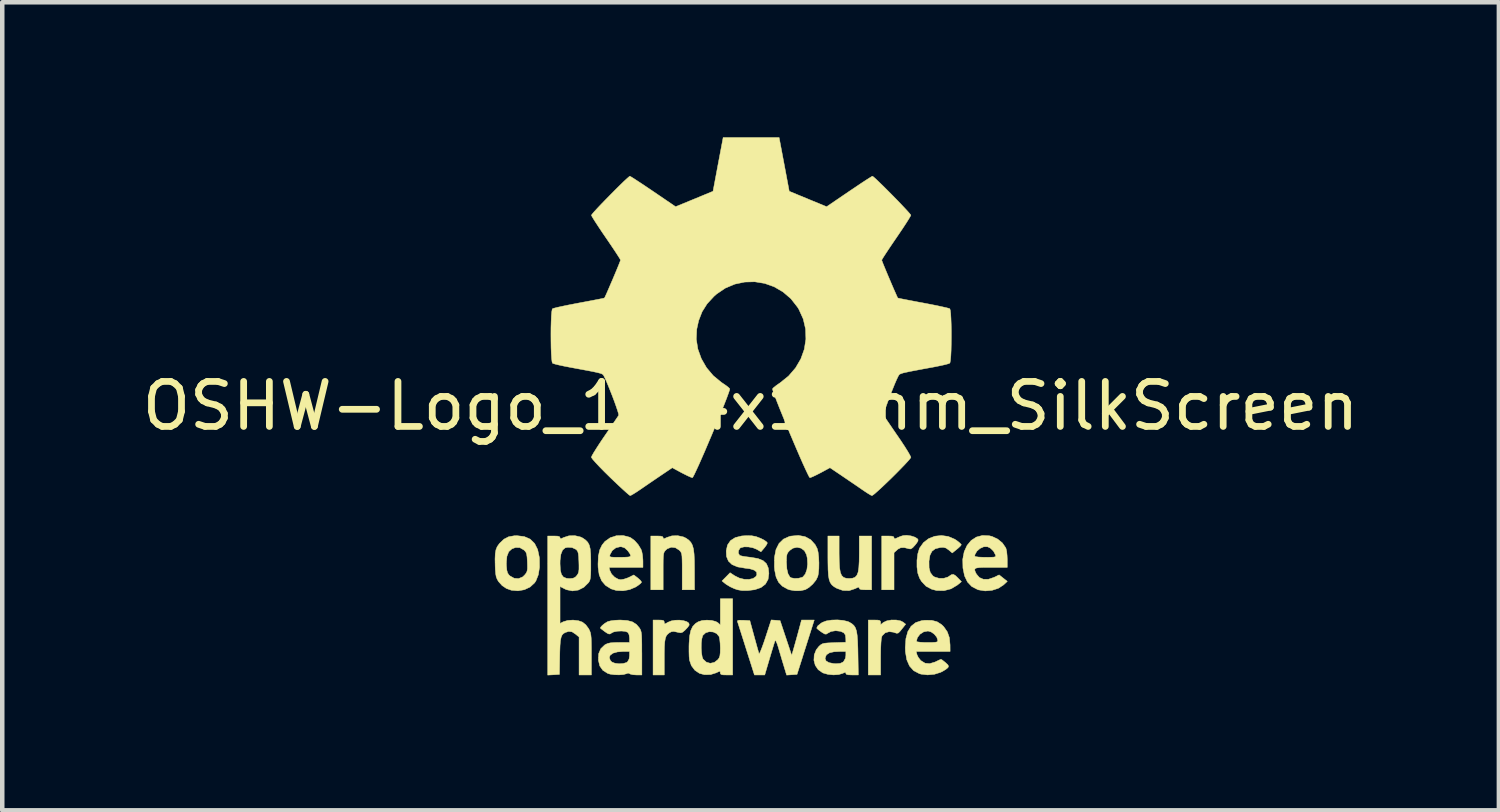
<source format=kicad_pcb>
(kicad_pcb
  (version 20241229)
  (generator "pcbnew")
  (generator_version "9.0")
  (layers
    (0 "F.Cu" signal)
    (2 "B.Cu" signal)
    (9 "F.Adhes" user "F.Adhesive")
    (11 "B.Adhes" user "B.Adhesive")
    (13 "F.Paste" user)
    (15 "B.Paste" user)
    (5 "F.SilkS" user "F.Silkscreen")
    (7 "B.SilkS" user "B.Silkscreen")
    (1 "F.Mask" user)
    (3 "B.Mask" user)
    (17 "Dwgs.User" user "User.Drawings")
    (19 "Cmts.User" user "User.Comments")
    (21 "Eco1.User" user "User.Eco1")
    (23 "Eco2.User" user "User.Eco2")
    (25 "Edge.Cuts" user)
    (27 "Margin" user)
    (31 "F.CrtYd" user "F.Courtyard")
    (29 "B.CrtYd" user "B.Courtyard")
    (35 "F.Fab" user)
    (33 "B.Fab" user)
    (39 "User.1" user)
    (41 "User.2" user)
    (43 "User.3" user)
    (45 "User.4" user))
  (footprint "OSHW-Logo_11.4x12mm_SilkScreen"
    (layer "F.Cu")
    (at 13.625 5.969)
    (property "Reference" "OSHW-Logo_11.4x12mm_SilkScreen" (at 0 0 0) (layer "F.SilkS") (effects (font (size 1 1) (thickness 0.15))))
    (attr board_only exclude_from_pos_files exclude_from_bom allow_missing_courtyard)
    (fp_poly (pts (xy 3.564 2.887) (xy 3.649 2.914) (xy 3.704 2.947) (xy 3.722 2.973) (xy 3.717 3.004) (xy 3.685 3.053) (xy 3.658 3.087) (xy 3.602 3.149) (xy 3.56 3.176) (xy 3.524 3.174) (xy 3.418 3.147) (xy 3.34 3.148) (xy 3.277 3.179) (xy 3.256 3.197) (xy 3.187 3.26) (xy 3.187 4.084) (xy 2.914 4.084) (xy 2.914 2.889) (xy 3.05 2.889) (xy 3.133 2.892) (xy 3.175 2.903) (xy 3.187 2.926) (xy 3.187 2.927) (xy 3.193 2.95) (xy 3.22 2.947) (xy 3.256 2.93) (xy 3.331 2.898) (xy 3.392 2.879) (xy 3.471 2.874) (xy 3.564 2.887)) (stroke (width 0.01) (type solid)) (fill yes) (layer "F.SilkS"))
    (fp_poly (pts (xy 3.238 4.756) (xy 3.334 4.775) (xy 3.389 4.803) (xy 3.446 4.849) (xy 3.364 4.952) (xy 3.314 5.014) (xy 3.28 5.045) (xy 3.246 5.05) (xy 3.196 5.035) (xy 3.173 5.026) (xy 3.078 5.014) (xy 2.991 5.04) (xy 2.927 5.101) (xy 2.917 5.12) (xy 2.905 5.171) (xy 2.897 5.266) (xy 2.891 5.396) (xy 2.889 5.556) (xy 2.889 5.579) (xy 2.889 5.976) (xy 2.615 5.976) (xy 2.615 4.756) (xy 2.752 4.756) (xy 2.831 4.758) (xy 2.872 4.768) (xy 2.887 4.788) (xy 2.889 4.808) (xy 2.889 4.859) (xy 2.954 4.808) (xy 3.029 4.773) (xy 3.131 4.755) (xy 3.238 4.756)) (stroke (width 0.01) (type solid)) (fill yes) (layer "F.SilkS"))
    (fp_poly (pts (xy -1.967 4.759) (xy -1.93 4.77) (xy -1.918 4.795) (xy -1.917 4.806) (xy -1.915 4.837) (xy -1.9 4.841) (xy -1.86 4.82) (xy -1.837 4.806) (xy -1.761 4.775) (xy -1.672 4.76) (xy -1.577 4.758) (xy -1.489 4.77) (xy -1.417 4.792) (xy -1.372 4.824) (xy -1.363 4.865) (xy -1.367 4.875) (xy -1.4 4.921) (xy -1.452 4.976) (xy -1.461 4.985) (xy -1.51 5.026) (xy -1.552 5.04) (xy -1.611 5.03) (xy -1.635 5.024) (xy -1.708 5.009) (xy -1.76 5.016) (xy -1.804 5.039) (xy -1.844 5.071) (xy -1.874 5.111) (xy -1.894 5.166) (xy -1.907 5.245) (xy -1.914 5.355) (xy -1.917 5.503) (xy -1.917 5.592) (xy -1.917 5.976) (xy -2.166 5.976) (xy -2.166 4.756) (xy -2.042 4.756) (xy -1.967 4.759)) (stroke (width 0.01) (type solid)) (fill yes) (layer "F.SilkS"))
    (fp_poly (pts (xy 1.967 3.276) (xy 1.97 3.459) (xy 1.978 3.598) (xy 1.995 3.698) (xy 2.023 3.766) (xy 2.065 3.808) (xy 2.121 3.828) (xy 2.191 3.833) (xy 2.265 3.827) (xy 2.321 3.806) (xy 2.361 3.763) (xy 2.389 3.694) (xy 2.405 3.591) (xy 2.413 3.451) (xy 2.415 3.276) (xy 2.415 2.889) (xy 2.689 2.889) (xy 2.689 4.084) (xy 2.552 4.084) (xy 2.47 4.081) (xy 2.427 4.069) (xy 2.415 4.047) (xy 2.408 4.027) (xy 2.38 4.031) (xy 2.322 4.059) (xy 2.191 4.102) (xy 2.051 4.099) (xy 1.918 4.052) (xy 1.854 4.015) (xy 1.806 3.975) (xy 1.77 3.924) (xy 1.746 3.857) (xy 1.73 3.765) (xy 1.722 3.642) (xy 1.719 3.481) (xy 1.718 3.356) (xy 1.718 2.889) (xy 1.967 2.889) (xy 1.967 3.276)) (stroke (width 0.01) (type solid)) (fill yes) (layer "F.SilkS"))
    (fp_poly (pts (xy -1.493 2.909) (xy -1.431 2.939) (xy -1.371 2.982) (xy -1.326 3.031) (xy -1.292 3.094) (xy -1.269 3.177) (xy -1.255 3.288) (xy -1.248 3.434) (xy -1.246 3.622) (xy -1.246 3.642) (xy -1.245 4.084) (xy -1.519 4.084) (xy -1.519 3.676) (xy -1.519 3.525) (xy -1.521 3.416) (xy -1.524 3.34) (xy -1.531 3.289) (xy -1.543 3.255) (xy -1.56 3.229) (xy -1.585 3.203) (xy -1.67 3.149) (xy -1.762 3.138) (xy -1.851 3.173) (xy -1.881 3.199) (xy -1.904 3.223) (xy -1.92 3.249) (xy -1.931 3.285) (xy -1.937 3.339) (xy -1.941 3.418) (xy -1.942 3.533) (xy -1.942 3.672) (xy -1.942 4.084) (xy -2.216 4.084) (xy -2.216 2.889) (xy -2.079 2.889) (xy -1.997 2.892) (xy -1.955 2.903) (xy -1.942 2.926) (xy -1.942 2.927) (xy -1.937 2.949) (xy -1.911 2.946) (xy -1.861 2.922) (xy -1.748 2.886) (xy -1.618 2.882) (xy -1.493 2.909)) (stroke (width 0.01) (type solid)) (fill yes) (layer "F.SilkS"))
    (fp_poly (pts (xy 4.391 2.899) (xy 4.535 2.96) (xy 4.581 2.99) (xy 4.639 3.036) (xy 4.675 3.072) (xy 4.682 3.084) (xy 4.664 3.11) (xy 4.618 3.154) (xy 4.581 3.185) (xy 4.481 3.266) (xy 4.402 3.199) (xy 4.341 3.156) (xy 4.281 3.141) (xy 4.213 3.145) (xy 4.104 3.172) (xy 4.03 3.228) (xy 3.985 3.318) (xy 3.964 3.448) (xy 3.964 3.449) (xy 3.966 3.594) (xy 3.993 3.701) (xy 4.049 3.774) (xy 4.086 3.799) (xy 4.186 3.829) (xy 4.293 3.829) (xy 4.386 3.8) (xy 4.408 3.785) (xy 4.463 3.748) (xy 4.506 3.742) (xy 4.552 3.769) (xy 4.604 3.819) (xy 4.685 3.903) (xy 4.595 3.978) (xy 4.455 4.062) (xy 4.298 4.103) (xy 4.134 4.1) (xy 4.026 4.072) (xy 3.899 4.005) (xy 3.798 3.898) (xy 3.753 3.822) (xy 3.715 3.714) (xy 3.697 3.577) (xy 3.697 3.429) (xy 3.715 3.286) (xy 3.751 3.167) (xy 3.757 3.155) (xy 3.842 3.035) (xy 3.957 2.947) (xy 4.093 2.894) (xy 4.24 2.878) (xy 4.391 2.899)) (stroke (width 0.01) (type solid)) (fill yes) (layer "F.SilkS"))
    (fp_poly (pts (xy 1.21 2.903) (xy 1.336 2.972) (xy 1.434 3.08) (xy 1.48 3.168) (xy 1.5 3.246) (xy 1.513 3.357) (xy 1.519 3.485) (xy 1.517 3.613) (xy 1.506 3.726) (xy 1.494 3.786) (xy 1.454 3.868) (xy 1.383 3.956) (xy 1.298 4.032) (xy 1.214 4.082) (xy 1.212 4.082) (xy 1.108 4.104) (xy 0.985 4.105) (xy 0.867 4.085) (xy 0.822 4.069) (xy 0.705 4.003) (xy 0.622 3.916) (xy 0.567 3.801) (xy 0.536 3.651) (xy 0.529 3.572) (xy 0.53 3.473) (xy 0.797 3.473) (xy 0.806 3.618) (xy 0.832 3.728) (xy 0.873 3.798) (xy 0.902 3.818) (xy 0.977 3.832) (xy 1.066 3.828) (xy 1.144 3.808) (xy 1.164 3.797) (xy 1.217 3.732) (xy 1.252 3.633) (xy 1.267 3.513) (xy 1.26 3.383) (xy 1.244 3.306) (xy 1.197 3.216) (xy 1.123 3.16) (xy 1.033 3.14) (xy 0.941 3.16) (xy 0.87 3.21) (xy 0.832 3.252) (xy 0.811 3.292) (xy 0.8 3.347) (xy 0.797 3.432) (xy 0.797 3.473) (xy 0.53 3.473) (xy 0.531 3.362) (xy 0.565 3.189) (xy 0.632 3.055) (xy 0.731 2.958) (xy 0.862 2.899) (xy 0.89 2.892) (xy 1.06 2.876) (xy 1.21 2.903)) (stroke (width 0.01) (type solid)) (fill yes) (layer "F.SilkS"))
    (fp_poly (pts (xy 0.558 4.761) (xy 0.656 4.769) (xy 0.785 5.155) (xy 0.914 5.541) (xy 0.954 5.404) (xy 0.978 5.319) (xy 1.01 5.205) (xy 1.045 5.079) (xy 1.063 5.012) (xy 1.132 4.756) (xy 1.415 4.756) (xy 1.33 5.024) (xy 1.288 5.156) (xy 1.238 5.314) (xy 1.185 5.48) (xy 1.139 5.628) (xy 1.032 5.964) (xy 0.801 5.979) (xy 0.738 5.772) (xy 0.699 5.644) (xy 0.657 5.502) (xy 0.62 5.377) (xy 0.619 5.372) (xy 0.592 5.288) (xy 0.567 5.23) (xy 0.55 5.208) (xy 0.547 5.21) (xy 0.534 5.244) (xy 0.511 5.317) (xy 0.48 5.419) (xy 0.443 5.542) (xy 0.423 5.609) (xy 0.315 5.976) (xy 0.086 5.976) (xy -0.098 5.397) (xy -0.149 5.235) (xy -0.196 5.088) (xy -0.236 4.962) (xy -0.267 4.865) (xy -0.287 4.804) (xy -0.293 4.786) (xy -0.288 4.768) (xy -0.251 4.76) (xy -0.173 4.761) (xy -0.16 4.761) (xy -0.016 4.769) (xy 0.079 5.117) (xy 0.114 5.244) (xy 0.145 5.356) (xy 0.17 5.443) (xy 0.185 5.495) (xy 0.188 5.503) (xy 0.2 5.494) (xy 0.224 5.443) (xy 0.257 5.359) (xy 0.297 5.248) (xy 0.331 5.147) (xy 0.459 4.754) (xy 0.558 4.761)) (stroke (width 0.01) (type solid)) (fill yes) (layer "F.SilkS"))
    (fp_poly (pts (xy -5.027 2.902) (xy -4.896 2.959) (xy -4.798 3.055) (xy -4.73 3.19) (xy -4.693 3.364) (xy -4.691 3.391) (xy -4.689 3.582) (xy -4.715 3.75) (xy -4.769 3.886) (xy -4.798 3.93) (xy -4.898 4.022) (xy -5.025 4.082) (xy -5.168 4.107) (xy -5.314 4.094) (xy -5.424 4.055) (xy -5.52 3.99) (xy -5.597 3.904) (xy -5.599 3.902) (xy -5.63 3.849) (xy -5.651 3.795) (xy -5.663 3.728) (xy -5.671 3.633) (xy -5.674 3.555) (xy -5.675 3.484) (xy -5.426 3.484) (xy -5.424 3.554) (xy -5.415 3.648) (xy -5.399 3.708) (xy -5.371 3.751) (xy -5.345 3.776) (xy -5.252 3.828) (xy -5.154 3.835) (xy -5.063 3.798) (xy -5.018 3.755) (xy -4.985 3.713) (xy -4.966 3.672) (xy -4.957 3.619) (xy -4.957 3.54) (xy -4.959 3.467) (xy -4.965 3.363) (xy -4.974 3.295) (xy -4.99 3.251) (xy -5.017 3.217) (xy -5.038 3.198) (xy -5.127 3.147) (xy -5.223 3.145) (xy -5.303 3.175) (xy -5.372 3.237) (xy -5.413 3.34) (xy -5.426 3.484) (xy -5.675 3.484) (xy -5.677 3.4) (xy -5.672 3.284) (xy -5.657 3.196) (xy -5.63 3.128) (xy -5.588 3.067) (xy -5.573 3.049) (xy -5.478 2.959) (xy -5.375 2.906) (xy -5.25 2.884) (xy -5.189 2.882) (xy -5.027 2.902)) (stroke (width 0.01) (type solid)) (fill yes) (layer "F.SilkS"))
    (fp_poly (pts (xy -0.398 5.976) (xy -0.535 5.976) (xy -0.615 5.974) (xy -0.656 5.964) (xy -0.671 5.944) (xy -0.672 5.929) (xy -0.675 5.901) (xy -0.691 5.895) (xy -0.732 5.913) (xy -0.765 5.929) (xy -0.889 5.968) (xy -1.024 5.97) (xy -1.134 5.941) (xy -1.237 5.872) (xy -1.315 5.769) (xy -1.357 5.647) (xy -1.358 5.64) (xy -1.365 5.566) (xy -1.368 5.46) (xy -1.368 5.379) (xy -1.096 5.379) (xy -1.089 5.486) (xy -1.075 5.574) (xy -1.056 5.624) (xy -0.982 5.692) (xy -0.895 5.717) (xy -0.805 5.697) (xy -0.728 5.638) (xy -0.699 5.598) (xy -0.682 5.551) (xy -0.674 5.482) (xy -0.672 5.379) (xy -0.676 5.276) (xy -0.685 5.186) (xy -0.698 5.126) (xy -0.7 5.12) (xy -0.754 5.056) (xy -0.831 5.021) (xy -0.918 5.015) (xy -0.998 5.039) (xy -1.058 5.095) (xy -1.064 5.106) (xy -1.083 5.173) (xy -1.094 5.269) (xy -1.096 5.379) (xy -1.368 5.379) (xy -1.368 5.338) (xy -1.366 5.273) (xy -1.354 5.111) (xy -1.328 4.99) (xy -1.286 4.9) (xy -1.224 4.834) (xy -1.163 4.795) (xy -1.078 4.767) (xy -0.972 4.758) (xy -0.864 4.765) (xy -0.772 4.789) (xy -0.723 4.818) (xy -0.672 4.864) (xy -0.672 4.283) (xy -0.398 4.283) (xy -0.398 5.976)) (stroke (width 0.01) (type solid)) (fill yes) (layer "F.SilkS"))
    (fp_poly (pts (xy 5.303 2.884) (xy 5.367 2.9) (xy 5.489 2.957) (xy 5.594 3.043) (xy 5.666 3.147) (xy 5.676 3.17) (xy 5.69 3.231) (xy 5.699 3.322) (xy 5.703 3.413) (xy 5.703 3.586) (xy 5.341 3.586) (xy 5.193 3.586) (xy 5.088 3.59) (xy 5.021 3.599) (xy 4.987 3.616) (xy 4.979 3.643) (xy 4.992 3.684) (xy 5.016 3.732) (xy 5.082 3.811) (xy 5.174 3.851) (xy 5.286 3.85) (xy 5.412 3.807) (xy 5.522 3.753) (xy 5.613 3.825) (xy 5.704 3.897) (xy 5.619 3.976) (xy 5.504 4.051) (xy 5.364 4.096) (xy 5.212 4.109) (xy 5.066 4.086) (xy 5.043 4.078) (xy 4.914 4.011) (xy 4.819 3.911) (xy 4.754 3.775) (xy 4.718 3.6) (xy 4.718 3.597) (xy 4.714 3.406) (xy 4.727 3.338) (xy 4.98 3.338) (xy 5.004 3.348) (xy 5.067 3.357) (xy 5.16 3.361) (xy 5.219 3.362) (xy 5.329 3.361) (xy 5.397 3.359) (xy 5.433 3.351) (xy 5.446 3.337) (xy 5.443 3.315) (xy 5.44 3.306) (xy 5.395 3.223) (xy 5.325 3.156) (xy 5.263 3.127) (xy 5.181 3.128) (xy 5.098 3.165) (xy 5.028 3.226) (xy 4.986 3.299) (xy 4.98 3.338) (xy 4.727 3.338) (xy 4.746 3.238) (xy 4.81 3.098) (xy 4.901 2.988) (xy 5.016 2.913) (xy 5.151 2.877) (xy 5.303 2.884)) (stroke (width 0.01) (type solid)) (fill yes) (layer "F.SilkS"))
    (fp_poly (pts (xy 0.028 2.884) (xy 0.122 2.902) (xy 0.22 2.94) (xy 0.23 2.944) (xy 0.305 2.983) (xy 0.356 3.02) (xy 0.373 3.043) (xy 0.357 3.081) (xy 0.318 3.137) (xy 0.301 3.158) (xy 0.231 3.24) (xy 0.14 3.186) (xy 0.054 3.151) (xy -0.045 3.132) (xy -0.141 3.13) (xy -0.215 3.148) (xy -0.233 3.159) (xy -0.266 3.211) (xy -0.271 3.27) (xy -0.245 3.316) (xy -0.23 3.324) (xy -0.186 3.336) (xy -0.107 3.349) (xy -0.01 3.361) (xy 0.008 3.363) (xy 0.164 3.39) (xy 0.278 3.436) (xy 0.353 3.505) (xy 0.394 3.601) (xy 0.407 3.719) (xy 0.389 3.852) (xy 0.331 3.957) (xy 0.232 4.034) (xy 0.093 4.082) (xy -0.062 4.101) (xy -0.189 4.101) (xy -0.291 4.083) (xy -0.361 4.059) (xy -0.45 4.018) (xy -0.531 3.97) (xy -0.56 3.949) (xy -0.635 3.888) (xy -0.545 3.797) (xy -0.455 3.705) (xy -0.352 3.773) (xy -0.25 3.824) (xy -0.14 3.851) (xy -0.034 3.853) (xy 0.056 3.833) (xy 0.119 3.789) (xy 0.139 3.753) (xy 0.136 3.694) (xy 0.085 3.649) (xy -0.013 3.618) (xy -0.121 3.604) (xy -0.287 3.576) (xy -0.41 3.525) (xy -0.492 3.447) (xy -0.535 3.343) (xy -0.541 3.218) (xy -0.512 3.089) (xy -0.445 2.991) (xy -0.34 2.924) (xy -0.196 2.888) (xy -0.089 2.881) (xy 0.028 2.884)) (stroke (width 0.01) (type solid)) (fill yes) (layer "F.SilkS"))
    (fp_poly (pts (xy 4.025 4.763) (xy 4.144 4.794) (xy 4.244 4.858) (xy 4.292 4.905) (xy 4.371 5.018) (xy 4.417 5.149) (xy 4.432 5.31) (xy 4.432 5.323) (xy 4.433 5.454) (xy 3.68 5.454) (xy 3.696 5.522) (xy 3.725 5.584) (xy 3.776 5.649) (xy 3.786 5.659) (xy 3.877 5.715) (xy 3.981 5.724) (xy 4.101 5.688) (xy 4.121 5.678) (xy 4.183 5.648) (xy 4.225 5.63) (xy 4.232 5.629) (xy 4.258 5.644) (xy 4.306 5.682) (xy 4.331 5.702) (xy 4.382 5.75) (xy 4.398 5.781) (xy 4.387 5.81) (xy 4.38 5.817) (xy 4.338 5.852) (xy 4.269 5.894) (xy 4.221 5.918) (xy 4.084 5.961) (xy 3.932 5.975) (xy 3.788 5.958) (xy 3.748 5.946) (xy 3.623 5.88) (xy 3.531 5.777) (xy 3.47 5.637) (xy 3.44 5.459) (xy 3.437 5.366) (xy 3.447 5.231) (xy 3.685 5.231) (xy 3.709 5.241) (xy 3.771 5.249) (xy 3.861 5.254) (xy 3.922 5.254) (xy 4.032 5.254) (xy 4.101 5.25) (xy 4.14 5.242) (xy 4.156 5.227) (xy 4.159 5.205) (xy 4.137 5.138) (xy 4.084 5.072) (xy 4.013 5.021) (xy 3.942 5) (xy 3.846 5.018) (xy 3.763 5.072) (xy 3.705 5.149) (xy 3.685 5.231) (xy 3.447 5.231) (xy 3.451 5.169) (xy 3.494 5.012) (xy 3.566 4.894) (xy 3.668 4.813) (xy 3.802 4.769) (xy 3.875 4.761) (xy 4.025 4.763)) (stroke (width 0.01) (type solid)) (fill yes) (layer "F.SilkS"))
    (fp_poly (pts (xy -2.687 2.916) (xy -2.662 2.928) (xy -2.576 2.991) (xy -2.495 3.083) (xy -2.434 3.184) (xy -2.417 3.23) (xy -2.401 3.313) (xy -2.392 3.414) (xy -2.391 3.455) (xy -2.391 3.586) (xy -3.143 3.586) (xy -3.127 3.654) (xy -3.088 3.735) (xy -3.019 3.805) (xy -2.937 3.85) (xy -2.885 3.86) (xy -2.814 3.848) (xy -2.73 3.82) (xy -2.701 3.807) (xy -2.595 3.754) (xy -2.504 3.823) (xy -2.452 3.87) (xy -2.424 3.908) (xy -2.423 3.919) (xy -2.448 3.947) (xy -2.502 3.989) (xy -2.551 4.021) (xy -2.685 4.079) (xy -2.834 4.106) (xy -2.982 4.099) (xy -3.1 4.063) (xy -3.222 3.986) (xy -3.308 3.885) (xy -3.363 3.754) (xy -3.387 3.587) (xy -3.389 3.511) (xy -3.381 3.337) (xy -3.38 3.332) (xy -3.13 3.332) (xy -3.123 3.348) (xy -3.095 3.357) (xy -3.037 3.361) (xy -2.94 3.362) (xy -2.903 3.362) (xy -2.789 3.36) (xy -2.717 3.356) (xy -2.679 3.346) (xy -2.665 3.33) (xy -2.665 3.325) (xy -2.68 3.284) (xy -2.719 3.228) (xy -2.736 3.208) (xy -2.798 3.152) (xy -2.864 3.13) (xy -2.899 3.128) (xy -2.993 3.151) (xy -3.073 3.213) (xy -3.123 3.303) (xy -3.124 3.306) (xy -3.13 3.332) (xy -3.38 3.332) (xy -3.352 3.199) (xy -3.299 3.089) (xy -3.236 3.011) (xy -3.118 2.927) (xy -2.979 2.882) (xy -2.831 2.878) (xy -2.687 2.916)) (stroke (width 0.01) (type solid)) (fill yes) (layer "F.SilkS"))
    (fp_poly (pts (xy 2.056 4.764) (xy 2.161 4.789) (xy 2.192 4.803) (xy 2.251 4.838) (xy 2.296 4.878) (xy 2.329 4.929) (xy 2.353 4.999) (xy 2.368 5.093) (xy 2.378 5.22) (xy 2.384 5.386) (xy 2.386 5.497) (xy 2.394 5.976) (xy 2.256 5.976) (xy 2.171 5.973) (xy 2.128 5.961) (xy 2.117 5.941) (xy 2.111 5.919) (xy 2.084 5.923) (xy 2.048 5.94) (xy 1.958 5.967) (xy 1.842 5.975) (xy 1.72 5.963) (xy 1.611 5.932) (xy 1.602 5.928) (xy 1.503 5.859) (xy 1.437 5.762) (xy 1.407 5.649) (xy 1.41 5.608) (xy 1.655 5.608) (xy 1.676 5.663) (xy 1.74 5.702) (xy 1.844 5.723) (xy 1.899 5.726) (xy 1.991 5.719) (xy 2.052 5.691) (xy 2.067 5.678) (xy 2.107 5.606) (xy 2.117 5.541) (xy 2.117 5.454) (xy 1.995 5.454) (xy 1.854 5.461) (xy 1.755 5.483) (xy 1.693 5.523) (xy 1.679 5.541) (xy 1.655 5.608) (xy 1.41 5.608) (xy 1.414 5.53) (xy 1.459 5.417) (xy 1.52 5.34) (xy 1.557 5.307) (xy 1.594 5.285) (xy 1.641 5.272) (xy 1.711 5.265) (xy 1.815 5.26) (xy 1.857 5.258) (xy 2.117 5.25) (xy 2.116 5.171) (xy 2.106 5.088) (xy 2.07 5.038) (xy 1.996 5.006) (xy 1.994 5.006) (xy 1.89 4.993) (xy 1.788 5.01) (xy 1.712 5.05) (xy 1.682 5.069) (xy 1.649 5.067) (xy 1.599 5.038) (xy 1.569 5.018) (xy 1.511 4.975) (xy 1.475 4.943) (xy 1.47 4.933) (xy 1.493 4.886) (xy 1.563 4.829) (xy 1.594 4.809) (xy 1.681 4.776) (xy 1.799 4.757) (xy 1.93 4.753) (xy 2.056 4.764)) (stroke (width 0.01) (type solid)) (fill yes) (layer "F.SilkS"))
    (fp_poly (pts (xy -2.741 4.766) (xy -2.624 4.797) (xy -2.535 4.854) (xy -2.472 4.928) (xy -2.452 4.96) (xy -2.438 4.993) (xy -2.428 5.035) (xy -2.421 5.095) (xy -2.418 5.179) (xy -2.416 5.296) (xy -2.416 5.453) (xy -2.415 5.495) (xy -2.415 5.976) (xy -2.535 5.976) (xy -2.611 5.971) (xy -2.668 5.958) (xy -2.682 5.949) (xy -2.72 5.935) (xy -2.76 5.949) (xy -2.825 5.967) (xy -2.919 5.974) (xy -3.024 5.971) (xy -3.119 5.958) (xy -3.175 5.941) (xy -3.283 5.872) (xy -3.35 5.776) (xy -3.381 5.648) (xy -3.381 5.645) (xy -3.378 5.588) (xy -3.138 5.588) (xy -3.117 5.652) (xy -3.082 5.689) (xy -3.013 5.716) (xy -2.923 5.727) (xy -2.83 5.722) (xy -2.756 5.7) (xy -2.735 5.686) (xy -2.699 5.622) (xy -2.689 5.549) (xy -2.689 5.454) (xy -2.827 5.454) (xy -2.958 5.464) (xy -3.057 5.492) (xy -3.119 5.537) (xy -3.138 5.588) (xy -3.378 5.588) (xy -3.375 5.505) (xy -3.328 5.394) (xy -3.242 5.311) (xy -3.23 5.303) (xy -3.178 5.278) (xy -3.115 5.263) (xy -3.026 5.256) (xy -2.92 5.254) (xy -2.689 5.254) (xy -2.689 5.158) (xy -2.699 5.083) (xy -2.724 5.033) (xy -2.727 5.03) (xy -2.783 5.008) (xy -2.866 5) (xy -2.959 5.004) (xy -3.041 5.02) (xy -3.089 5.044) (xy -3.116 5.063) (xy -3.143 5.067) (xy -3.182 5.051) (xy -3.24 5.012) (xy -3.327 4.945) (xy -3.335 4.939) (xy -3.331 4.916) (xy -3.296 4.877) (xy -3.245 4.835) (xy -3.188 4.799) (xy -3.17 4.79) (xy -3.104 4.773) (xy -3.008 4.761) (xy -2.901 4.756) (xy -2.896 4.756) (xy -2.741 4.766)) (stroke (width 0.01) (type solid)) (fill yes) (layer "F.SilkS"))
    (fp_poly (pts (xy -3.78 2.91) (xy -3.728 2.935) (xy -3.663 2.981) (xy -3.616 3.03) (xy -3.583 3.092) (xy -3.563 3.175) (xy -3.553 3.288) (xy -3.549 3.438) (xy -3.549 3.503) (xy -3.549 3.645) (xy -3.552 3.747) (xy -3.558 3.817) (xy -3.568 3.865) (xy -3.584 3.901) (xy -3.6 3.925) (xy -3.704 4.028) (xy -3.826 4.09) (xy -3.958 4.109) (xy -4.091 4.082) (xy -4.133 4.062) (xy -4.233 4.01) (xy -4.233 4.832) (xy -4.16 4.794) (xy -4.063 4.765) (xy -3.944 4.757) (xy -3.825 4.771) (xy -3.736 4.802) (xy -3.661 4.862) (xy -3.598 4.947) (xy -3.593 4.956) (xy -3.573 4.997) (xy -3.558 5.038) (xy -3.548 5.089) (xy -3.541 5.156) (xy -3.538 5.249) (xy -3.536 5.377) (xy -3.536 5.52) (xy -3.536 5.976) (xy -3.81 5.976) (xy -3.81 5.134) (xy -3.887 5.07) (xy -3.966 5.018) (xy -4.042 5.009) (xy -4.117 5.033) (xy -4.158 5.057) (xy -4.188 5.09) (xy -4.209 5.141) (xy -4.224 5.216) (xy -4.233 5.323) (xy -4.238 5.469) (xy -4.24 5.566) (xy -4.246 5.964) (xy -4.377 5.972) (xy -4.507 5.979) (xy -4.507 3.507) (xy -4.233 3.507) (xy -4.226 3.644) (xy -4.203 3.74) (xy -4.159 3.8) (xy -4.091 3.829) (xy -4.022 3.835) (xy -3.944 3.828) (xy -3.892 3.802) (xy -3.859 3.766) (xy -3.834 3.729) (xy -3.819 3.687) (xy -3.812 3.628) (xy -3.812 3.539) (xy -3.814 3.465) (xy -3.819 3.354) (xy -3.827 3.281) (xy -3.84 3.234) (xy -3.861 3.203) (xy -3.881 3.185) (xy -3.965 3.146) (xy -4.063 3.14) (xy -4.12 3.153) (xy -4.176 3.201) (xy -4.214 3.295) (xy -4.232 3.433) (xy -4.233 3.507) (xy -4.507 3.507) (xy -4.507 2.889) (xy -4.37 2.889) (xy -4.288 2.892) (xy -4.246 2.903) (xy -4.233 2.926) (xy -4.233 2.927) (xy -4.228 2.949) (xy -4.202 2.946) (xy -4.152 2.922) (xy -4.036 2.885) (xy -3.905 2.881) (xy -3.78 2.91)) (stroke (width 0.01) (type solid)) (fill yes) (layer "F.SilkS"))
    (fp_poly (pts (xy 0.747 -5.367) (xy 0.859 -4.77) (xy 1.275 -4.598) (xy 1.69 -4.427) (xy 2.188 -4.766) (xy 2.328 -4.86) (xy 2.454 -4.945) (xy 2.561 -5.015) (xy 2.643 -5.067) (xy 2.693 -5.098) (xy 2.707 -5.105) (xy 2.732 -5.088) (xy 2.785 -5.041) (xy 2.86 -4.969) (xy 2.952 -4.88) (xy 3.054 -4.778) (xy 3.161 -4.67) (xy 3.266 -4.563) (xy 3.363 -4.461) (xy 3.447 -4.372) (xy 3.512 -4.301) (xy 3.552 -4.253) (xy 3.561 -4.238) (xy 3.547 -4.209) (xy 3.509 -4.145) (xy 3.451 -4.053) (xy 3.376 -3.939) (xy 3.288 -3.809) (xy 3.237 -3.734) (xy 3.145 -3.599) (xy 3.063 -3.477) (xy 2.995 -3.374) (xy 2.945 -3.296) (xy 2.918 -3.25) (xy 2.914 -3.24) (xy 2.923 -3.213) (xy 2.948 -3.149) (xy 2.986 -3.057) (xy 3.032 -2.946) (xy 3.083 -2.826) (xy 3.134 -2.706) (xy 3.182 -2.594) (xy 3.224 -2.5) (xy 3.254 -2.432) (xy 3.271 -2.399) (xy 3.272 -2.398) (xy 3.297 -2.392) (xy 3.364 -2.378) (xy 3.466 -2.358) (xy 3.597 -2.333) (xy 3.748 -2.304) (xy 3.837 -2.288) (xy 3.998 -2.257) (xy 4.145 -2.228) (xy 4.268 -2.201) (xy 4.36 -2.18) (xy 4.415 -2.165) (xy 4.426 -2.16) (xy 4.437 -2.127) (xy 4.446 -2.053) (xy 4.452 -1.947) (xy 4.457 -1.817) (xy 4.46 -1.671) (xy 4.46 -1.519) (xy 4.458 -1.369) (xy 4.455 -1.23) (xy 4.449 -1.11) (xy 4.441 -1.018) (xy 4.431 -0.962) (xy 4.425 -0.951) (xy 4.39 -0.937) (xy 4.316 -0.917) (xy 4.212 -0.894) (xy 4.089 -0.869) (xy 4.046 -0.861) (xy 3.838 -0.823) (xy 3.674 -0.792) (xy 3.548 -0.768) (xy 3.455 -0.748) (xy 3.389 -0.733) (xy 3.346 -0.719) (xy 3.318 -0.707) (xy 3.302 -0.696) (xy 3.3 -0.693) (xy 3.278 -0.656) (xy 3.243 -0.583) (xy 3.2 -0.483) (xy 3.153 -0.366) (xy 3.103 -0.241) (xy 3.056 -0.115) (xy 3.014 0.001) (xy 2.981 0.099) (xy 2.96 0.171) (xy 2.954 0.206) (xy 2.954 0.207) (xy 2.973 0.236) (xy 3.016 0.299) (xy 3.078 0.39) (xy 3.154 0.502) (xy 3.241 0.629) (xy 3.266 0.665) (xy 3.355 0.796) (xy 3.433 0.915) (xy 3.496 1.016) (xy 3.539 1.092) (xy 3.56 1.136) (xy 3.561 1.142) (xy 3.544 1.17) (xy 3.496 1.226) (xy 3.424 1.304) (xy 3.334 1.397) (xy 3.232 1.501) (xy 3.124 1.608) (xy 3.016 1.712) (xy 2.914 1.809) (xy 2.825 1.89) (xy 2.755 1.952) (xy 2.709 1.986) (xy 2.696 1.992) (xy 2.667 1.979) (xy 2.607 1.943) (xy 2.526 1.89) (xy 2.463 1.847) (xy 2.35 1.769) (xy 2.216 1.678) (xy 2.081 1.586) (xy 2.009 1.537) (xy 1.764 1.372) (xy 1.559 1.483) (xy 1.465 1.531) (xy 1.385 1.569) (xy 1.331 1.591) (xy 1.318 1.594) (xy 1.301 1.572) (xy 1.269 1.509) (xy 1.223 1.412) (xy 1.165 1.285) (xy 1.099 1.136) (xy 1.027 0.969) (xy 0.951 0.791) (xy 0.873 0.607) (xy 0.796 0.422) (xy 0.723 0.244) (xy 0.655 0.077) (xy 0.596 -0.072) (xy 0.547 -0.199) (xy 0.511 -0.297) (xy 0.491 -0.36) (xy 0.488 -0.381) (xy 0.513 -0.409) (xy 0.57 -0.454) (xy 0.644 -0.506) (xy 0.651 -0.51) (xy 0.844 -0.665) (xy 1 -0.846) (xy 1.117 -1.046) (xy 1.194 -1.261) (xy 1.229 -1.484) (xy 1.222 -1.71) (xy 1.17 -1.933) (xy 1.073 -2.147) (xy 1.044 -2.194) (xy 0.896 -2.383) (xy 0.72 -2.534) (xy 0.524 -2.648) (xy 0.313 -2.723) (xy 0.093 -2.759) (xy -0.13 -2.753) (xy -0.349 -2.707) (xy -0.559 -2.619) (xy -0.753 -2.488) (xy -0.813 -2.435) (xy -0.966 -2.269) (xy -1.077 -2.093) (xy -1.153 -1.897) (xy -1.196 -1.703) (xy -1.206 -1.484) (xy -1.171 -1.264) (xy -1.094 -1.051) (xy -0.979 -0.851) (xy -0.829 -0.673) (xy -0.647 -0.523) (xy -0.623 -0.507) (xy -0.548 -0.456) (xy -0.49 -0.411) (xy -0.463 -0.382) (xy -0.462 -0.381) (xy -0.468 -0.35) (xy -0.492 -0.28) (xy -0.53 -0.176) (xy -0.581 -0.045) (xy -0.642 0.109) (xy -0.711 0.278) (xy -0.786 0.458) (xy -0.863 0.643) (xy -0.941 0.826) (xy -1.016 1.003) (xy -1.088 1.167) (xy -1.152 1.312) (xy -1.208 1.433) (xy -1.251 1.524) (xy -1.281 1.579) (xy -1.293 1.594) (xy -1.329 1.582) (xy -1.397 1.552) (xy -1.485 1.508) (xy -1.534 1.483) (xy -1.739 1.372) (xy -1.984 1.537) (xy -2.109 1.622) (xy -2.246 1.715) (xy -2.374 1.803) (xy -2.438 1.847) (xy -2.528 1.908) (xy -2.605 1.956) (xy -2.658 1.986) (xy -2.675 1.992) (xy -2.7 1.975) (xy -2.755 1.928) (xy -2.835 1.856) (xy -2.934 1.764) (xy -3.048 1.656) (xy -3.12 1.587) (xy -3.245 1.464) (xy -3.354 1.353) (xy -3.441 1.26) (xy -3.503 1.19) (xy -3.534 1.147) (xy -3.537 1.138) (xy -3.523 1.105) (xy -3.485 1.038) (xy -3.426 0.944) (xy -3.352 0.829) (xy -3.266 0.701) (xy -3.241 0.665) (xy -3.152 0.535) (xy -3.072 0.418) (xy -3.006 0.321) (xy -2.958 0.25) (xy -2.932 0.211) (xy -2.93 0.207) (xy -2.933 0.176) (xy -2.953 0.108) (xy -2.985 0.013) (xy -3.026 -0.102) (xy -3.073 -0.227) (xy -3.123 -0.353) (xy -3.171 -0.472) (xy -3.214 -0.574) (xy -3.25 -0.65) (xy -3.273 -0.691) (xy -3.275 -0.693) (xy -3.29 -0.705) (xy -3.314 -0.717) (xy -3.355 -0.73) (xy -3.416 -0.745) (xy -3.503 -0.764) (xy -3.622 -0.787) (xy -3.779 -0.816) (xy -3.978 -0.853) (xy -4.021 -0.861) (xy -4.149 -0.886) (xy -4.26 -0.91) (xy -4.345 -0.931) (xy -4.394 -0.947) (xy -4.401 -0.951) (xy -4.411 -0.984) (xy -4.42 -1.058) (xy -4.427 -1.165) (xy -4.432 -1.295) (xy -4.434 -1.441) (xy -4.435 -1.593) (xy -4.434 -1.743) (xy -4.43 -1.882) (xy -4.425 -2.002) (xy -4.417 -2.093) (xy -4.407 -2.148) (xy -4.401 -2.16) (xy -4.369 -2.171) (xy -4.295 -2.19) (xy -4.186 -2.214) (xy -4.051 -2.242) (xy -3.896 -2.272) (xy -3.812 -2.288) (xy -3.652 -2.318) (xy -3.509 -2.345) (xy -3.391 -2.368) (xy -3.304 -2.385) (xy -3.255 -2.396) (xy -3.247 -2.398) (xy -3.233 -2.424) (xy -3.204 -2.487) (xy -3.164 -2.578) (xy -3.117 -2.688) (xy -3.065 -2.808) (xy -3.014 -2.929) (xy -2.967 -3.042) (xy -2.928 -3.137) (xy -2.901 -3.206) (xy -2.889 -3.24) (xy -2.889 -3.241) (xy -2.902 -3.268) (xy -2.94 -3.329) (xy -2.999 -3.42) (xy -3.074 -3.532) (xy -3.161 -3.661) (xy -3.212 -3.735) (xy -3.305 -3.871) (xy -3.387 -3.995) (xy -3.455 -4.099) (xy -3.505 -4.179) (xy -3.532 -4.227) (xy -3.536 -4.238) (xy -3.519 -4.263) (xy -3.473 -4.317) (xy -3.402 -4.394) (xy -3.314 -4.487) (xy -3.214 -4.59) (xy -3.108 -4.698) (xy -3.002 -4.805) (xy -2.902 -4.904) (xy -2.814 -4.99) (xy -2.743 -5.055) (xy -2.697 -5.095) (xy -2.682 -5.105) (xy -2.656 -5.091) (xy -2.596 -5.054) (xy -2.506 -4.995) (xy -2.393 -4.921) (xy -2.262 -4.833) (xy -2.163 -4.766) (xy -1.665 -4.427) (xy -1.25 -4.598) (xy -0.834 -4.77) (xy -0.722 -5.367) (xy -0.609 -5.964) (xy 0.634 -5.964) (xy 0.747 -5.367)) (stroke (width 0.01) (type solid)) (fill yes) (layer "F.SilkS")))
  (gr_rect
    (start -3 -3)
    (end 30.25 14.953)
    (stroke (width 0.1) (type default))
    (fill no)
    (layer "Edge.Cuts")))
</source>
